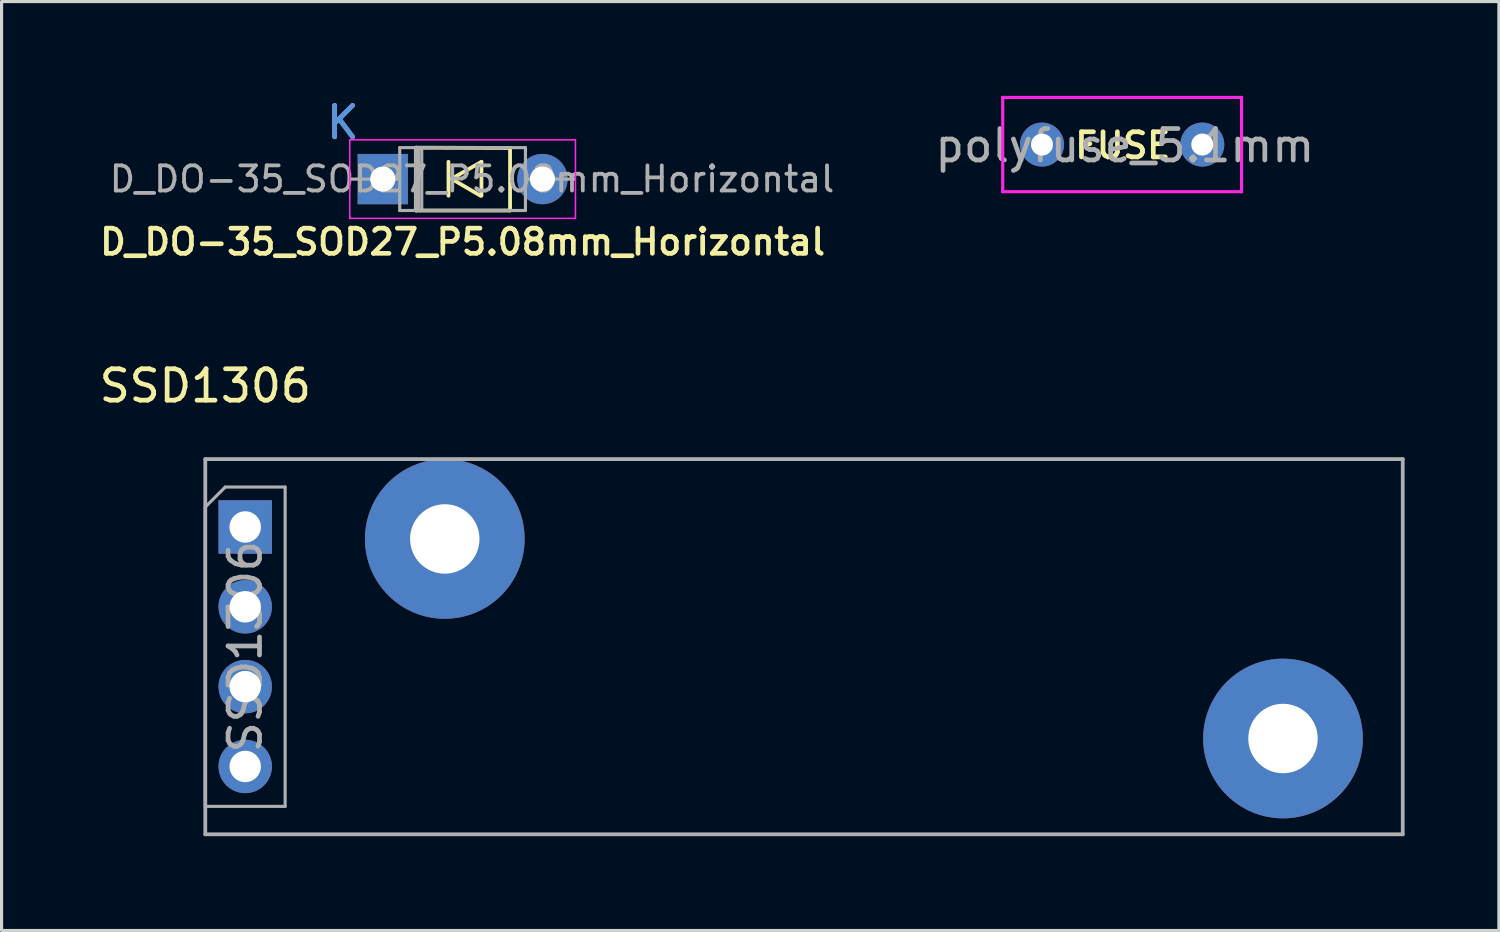
<source format=kicad_pcb>
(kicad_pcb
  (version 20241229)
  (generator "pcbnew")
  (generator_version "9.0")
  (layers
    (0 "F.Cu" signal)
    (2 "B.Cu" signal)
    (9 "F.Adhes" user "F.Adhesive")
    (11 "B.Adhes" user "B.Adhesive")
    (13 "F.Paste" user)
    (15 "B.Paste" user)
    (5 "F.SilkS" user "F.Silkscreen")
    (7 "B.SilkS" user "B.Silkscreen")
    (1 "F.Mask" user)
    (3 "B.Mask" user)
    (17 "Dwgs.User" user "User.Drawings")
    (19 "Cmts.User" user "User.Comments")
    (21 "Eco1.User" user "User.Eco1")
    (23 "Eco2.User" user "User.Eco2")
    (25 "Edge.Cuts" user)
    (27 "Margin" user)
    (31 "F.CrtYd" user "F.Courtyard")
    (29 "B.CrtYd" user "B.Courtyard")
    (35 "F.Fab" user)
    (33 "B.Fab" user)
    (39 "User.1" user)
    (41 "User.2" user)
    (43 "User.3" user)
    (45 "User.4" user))
  (footprint "polyfuse_5.1mm"
    (layer "F.Cu")
    (at 32.654 1.55)
    (property "Reference" "polyfuse_5.1mm" (at 0.087 0.035 0) (layer "F.Fab") (effects (font (size 1 1) (thickness 0.15))))
    (attr through_hole)
    (fp_line (start -3.8 -1.5) (end 3.8 -1.5) (stroke (width 0.1) (type solid)) (layer "F.CrtYd"))
    (fp_line (start -3.8 1.5) (end -3.8 -1.5) (stroke (width 0.1) (type solid)) (layer "F.CrtYd"))
    (fp_line (start 3.8 -1.5) (end 3.8 1.5) (stroke (width 0.1) (type solid)) (layer "F.CrtYd"))
    (fp_line (start 3.8 1.5) (end -3.8 1.5) (stroke (width 0.1) (type solid)) (layer "F.CrtYd"))
    (fp_text user "FUSE" (at 0.02 0.03 0) (layer "F.SilkS") (effects (font (size 0.8 0.8) (thickness 0.15))))
    (pad "1" thru_hole circle (at -2.55 0) (size 1.4 1.4) (drill 0.7) (layers "*.Cu" "*.Mask"))
    (pad "2" thru_hole circle (at 2.55 0) (size 1.4 1.4) (drill 0.7) (layers "*.Cu" "*.Mask")))
  (footprint "D_DO-35_SOD27_P5.08mm_Horizontal"
    (layer "F.Cu")
    (at 7.859 2.648)
    (property "Reference" "D_DO-35_SOD27_P5.08mm_Horizontal" (at 3.81 2 180) (layer "F.SilkS") (effects (font (size 0.8 0.8) (thickness 0.15))))
    (attr through_hole)
    (fp_line (start 2.33 -1) (end 5.32 -0.99) (stroke (width 0.12) (type solid)) (layer "F.SilkS"))
    (fp_line (start 2.33 1) (end 2.33 -1) (stroke (width 0.12) (type solid)) (layer "F.SilkS"))
    (fp_line (start 2.34 1) (end 5.31 1) (stroke (width 0.12) (type solid)) (layer "F.SilkS"))
    (fp_line (start 3.36 0.53) (end 3.36 -0.55) (stroke (width 0.12) (type solid)) (layer "F.SilkS"))
    (fp_line (start 3.46 -0.01) (end 4.41 -0.55) (stroke (width 0.12) (type solid)) (layer "F.SilkS"))
    (fp_line (start 3.47 0) (end 4.38 0.53) (stroke (width 0.12) (type solid)) (layer "F.SilkS"))
    (fp_line (start 4.41 0.53) (end 4.41 -0.55) (stroke (width 0.12) (type solid)) (layer "F.SilkS"))
    (fp_line (start 5.32 1) (end 5.32 -0.99) (stroke (width 0.12) (type solid)) (layer "F.SilkS"))
    (fp_line (start 0.22 -1.25) (end 0.22 1.25) (stroke (width 0.05) (type solid)) (layer "F.CrtYd"))
    (fp_line (start 0.22 1.25) (end 7.4 1.25) (stroke (width 0.05) (type solid)) (layer "F.CrtYd"))
    (fp_line (start 7.4 -1.25) (end 0.22 -1.25) (stroke (width 0.05) (type solid)) (layer "F.CrtYd"))
    (fp_line (start 7.4 1.25) (end 7.4 -1.25) (stroke (width 0.05) (type solid)) (layer "F.CrtYd"))
    (fp_line (start 0.25 0) (end 1.81 0) (stroke (width 0.1) (type solid)) (layer "F.Fab"))
    (fp_line (start 1.81 -1) (end 1.81 1) (stroke (width 0.1) (type solid)) (layer "F.Fab"))
    (fp_line (start 1.81 1) (end 5.81 1) (stroke (width 0.1) (type solid)) (layer "F.Fab"))
    (fp_line (start 2.31 -1) (end 2.31 1) (stroke (width 0.1) (type solid)) (layer "F.Fab"))
    (fp_line (start 2.41 -1) (end 2.41 1) (stroke (width 0.1) (type solid)) (layer "F.Fab"))
    (fp_line (start 2.51 -1) (end 2.51 1) (stroke (width 0.1) (type solid)) (layer "F.Fab"))
    (fp_line (start 5.81 -1) (end 1.81 -1) (stroke (width 0.1) (type solid)) (layer "F.Fab"))
    (fp_line (start 5.81 1) (end 5.81 -1) (stroke (width 0.1) (type solid)) (layer "F.Fab"))
    (fp_line (start 7.37 0) (end 5.81 0) (stroke (width 0.1) (type solid)) (layer "F.Fab"))
    (fp_text user "K" (at 0 -1.8 180) (layer "Cmts.User") (effects (font (size 1 1) (thickness 0.15))))
    (fp_text user "${REFERENCE}" (at 4.11 0 180) (layer "F.Fab") (effects (font (size 0.8 0.8) (thickness 0.12))))
    (fp_text user "K" (at 0 -1.8 180) (layer "F.Fab") (effects (font (size 1 1) (thickness 0.15))))
    (pad "1" thru_hole rect (at 1.27 0) (size 1.6 1.6) (drill 0.8) (layers "*.Cu" "*.Mask"))
    (pad "2" thru_hole oval (at 6.35 0) (size 1.6 1.6) (drill 0.8) (layers "*.Cu" "*.Mask")))
  (footprint "SSD1306"
    (layer "F.Cu")
    (at 3.482 11.558)
    (property "Reference" "SSD1306" (at 0 -2.33 0) (layer "F.SilkS") (effects (font (size 1 1) (thickness 0.15))))
    (attr through_hole)
    (fp_line (start 0 0) (end 0 11.938) (stroke (width 0.12) (type solid)) (layer "F.Fab"))
    (fp_line (start 0 0) (end 38.1 0) (stroke (width 0.12) (type solid)) (layer "F.Fab"))
    (fp_line (start 0 1.524) (end 0.635 0.889) (stroke (width 0.1) (type solid)) (layer "F.Fab"))
    (fp_line (start 0 11.049) (end 0 1.524) (stroke (width 0.1) (type solid)) (layer "F.Fab"))
    (fp_line (start 0 11.938) (end 38.1 11.938) (stroke (width 0.12) (type solid)) (layer "F.Fab"))
    (fp_line (start 0.635 0.889) (end 2.54 0.889) (stroke (width 0.1) (type solid)) (layer "F.Fab"))
    (fp_line (start 2.54 0.889) (end 2.54 11.049) (stroke (width 0.1) (type solid)) (layer "F.Fab"))
    (fp_line (start 2.54 11.049) (end 0 11.049) (stroke (width 0.1) (type solid)) (layer "F.Fab"))
    (fp_line (start 38.1 0) (end 38.1 11.938) (stroke (width 0.12) (type solid)) (layer "F.Fab"))
    (fp_text user "${REFERENCE}" (at 1.27 5.969 90) (layer "F.Fab") (effects (font (size 1 1) (thickness 0.15))))
    (pad "1" thru_hole rect (at 1.27 2.159) (size 1.7 1.7) (drill 1) (layers "*.Cu" "*.Mask"))
    (pad "2" thru_hole oval (at 1.27 4.699) (size 1.7 1.7) (drill 1) (layers "*.Cu" "*.Mask"))
    (pad "3" thru_hole oval (at 1.27 7.239) (size 1.7 1.7) (drill 1) (layers "*.Cu" "*.Mask"))
    (pad "4" thru_hole oval (at 1.27 9.779) (size 1.7 1.7) (drill 1) (layers "*.Cu" "*.Mask"))
    (pad "5" thru_hole circle (at 7.62 2.54) (size 5.08 5.08) (drill 2.21) (layers "*.Cu" "*.Mask"))
    (pad "6" thru_hole circle (at 34.29 8.89) (size 5.08 5.08) (drill 2.21) (layers "*.Cu" "*.Mask")))
  (gr_rect
    (start -3 -3)
    (end 44.642 26.556)
    (stroke (width 0.1) (type default))
    (fill no)
    (layer "Edge.Cuts")))
</source>
